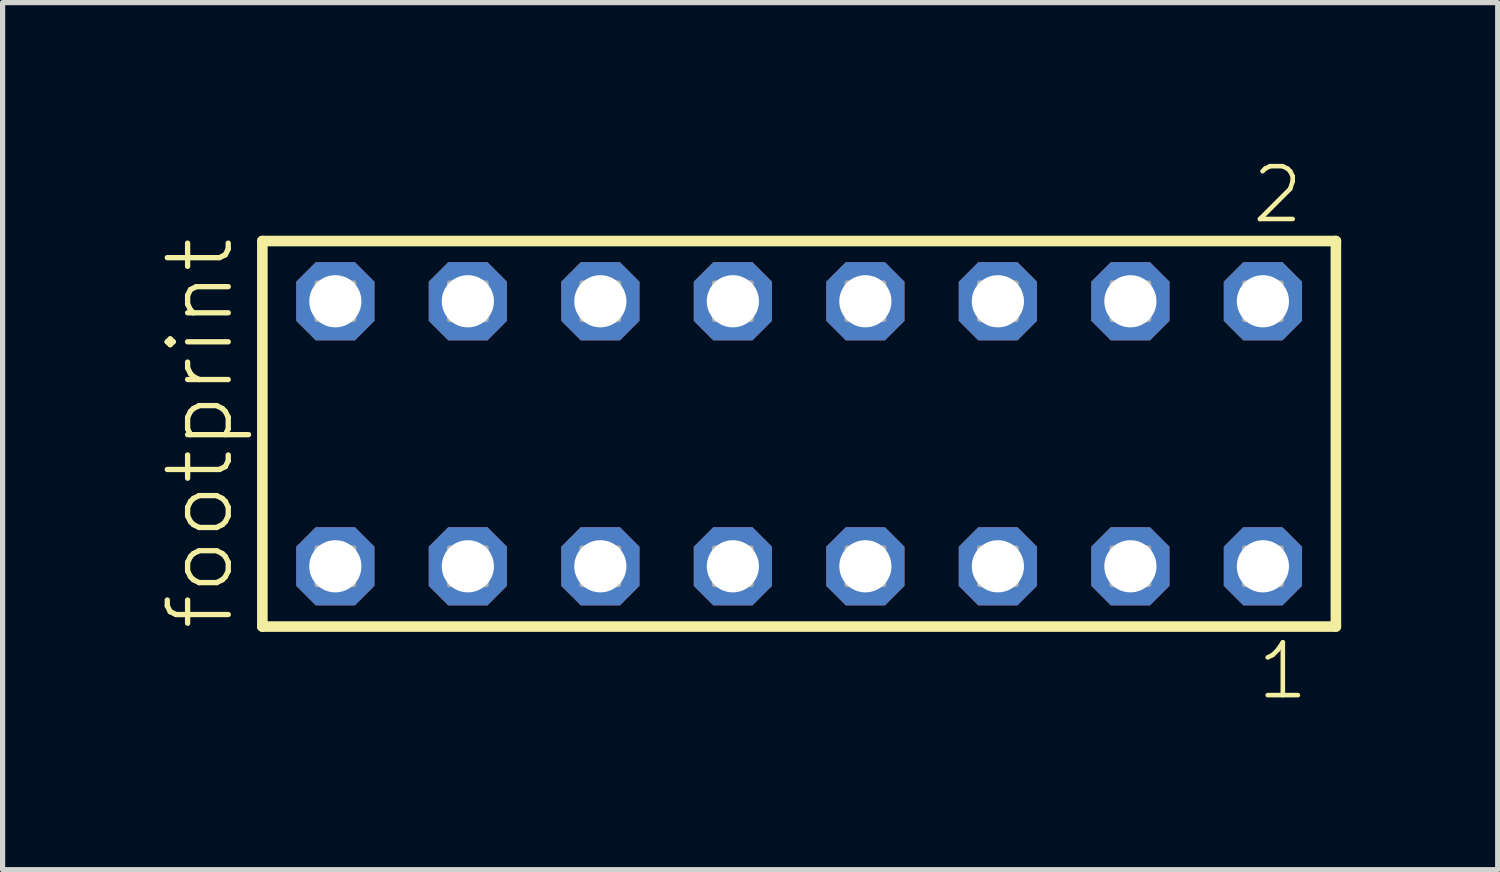
<source format=kicad_pcb>
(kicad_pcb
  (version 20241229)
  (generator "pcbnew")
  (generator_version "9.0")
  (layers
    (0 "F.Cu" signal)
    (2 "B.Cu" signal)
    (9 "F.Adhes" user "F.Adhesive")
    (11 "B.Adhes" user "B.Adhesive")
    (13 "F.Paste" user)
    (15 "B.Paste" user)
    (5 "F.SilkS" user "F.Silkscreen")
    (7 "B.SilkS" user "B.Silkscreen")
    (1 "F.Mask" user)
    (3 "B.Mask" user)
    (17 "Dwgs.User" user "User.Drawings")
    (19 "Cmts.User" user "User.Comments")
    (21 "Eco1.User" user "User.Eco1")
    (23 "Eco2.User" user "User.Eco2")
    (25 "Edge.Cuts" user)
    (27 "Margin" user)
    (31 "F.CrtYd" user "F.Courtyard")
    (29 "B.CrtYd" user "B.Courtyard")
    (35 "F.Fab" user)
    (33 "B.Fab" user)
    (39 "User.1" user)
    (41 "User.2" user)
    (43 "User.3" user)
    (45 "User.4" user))
  (footprint "footprint"
    (layer "F.Cu")
    (at 12.268 5.265)
    (property "Reference" "footprint" (at -10.795 3.81 90) (layer "F.SilkS") (effects (font (size 1.168 1.168) (thickness 0.102)) (justify left bottom)))
    (fp_line (start -10.289 -3.695) (end 10.289 -3.695) (stroke (width 0.203) (type solid)) (layer "F.SilkS"))
    (fp_line (start -10.289 3.695) (end -10.289 -3.695) (stroke (width 0.203) (type solid)) (layer "F.SilkS"))
    (fp_line (start 10.289 -3.695) (end 10.289 3.695) (stroke (width 0.203) (type solid)) (layer "F.SilkS"))
    (fp_line (start 10.289 3.695) (end -10.289 3.695) (stroke (width 0.203) (type solid)) (layer "F.SilkS"))
    (fp_poly (pts (xy -9.24 -2.19) (xy -8.54 -2.19) (xy -8.54 -2.89) (xy -9.24 -2.89)) (stroke (width 0.1) (type solid)) (fill no) (layer "F.Fab"))
    (fp_poly (pts (xy -9.24 2.89) (xy -8.54 2.89) (xy -8.54 2.19) (xy -9.24 2.19)) (stroke (width 0.1) (type solid)) (fill no) (layer "F.Fab"))
    (fp_poly (pts (xy -6.7 -2.19) (xy -6 -2.19) (xy -6 -2.89) (xy -6.7 -2.89)) (stroke (width 0.1) (type solid)) (fill no) (layer "F.Fab"))
    (fp_poly (pts (xy -6.7 2.89) (xy -6 2.89) (xy -6 2.19) (xy -6.7 2.19)) (stroke (width 0.1) (type solid)) (fill no) (layer "F.Fab"))
    (fp_poly (pts (xy -4.16 -2.19) (xy -3.46 -2.19) (xy -3.46 -2.89) (xy -4.16 -2.89)) (stroke (width 0.1) (type solid)) (fill no) (layer "F.Fab"))
    (fp_poly (pts (xy -4.16 2.89) (xy -3.46 2.89) (xy -3.46 2.19) (xy -4.16 2.19)) (stroke (width 0.1) (type solid)) (fill no) (layer "F.Fab"))
    (fp_poly (pts (xy -1.62 -2.19) (xy -0.92 -2.19) (xy -0.92 -2.89) (xy -1.62 -2.89)) (stroke (width 0.1) (type solid)) (fill no) (layer "F.Fab"))
    (fp_poly (pts (xy -1.62 2.89) (xy -0.92 2.89) (xy -0.92 2.19) (xy -1.62 2.19)) (stroke (width 0.1) (type solid)) (fill no) (layer "F.Fab"))
    (fp_poly (pts (xy 0.92 -2.19) (xy 1.62 -2.19) (xy 1.62 -2.89) (xy 0.92 -2.89)) (stroke (width 0.1) (type solid)) (fill no) (layer "F.Fab"))
    (fp_poly (pts (xy 0.92 2.89) (xy 1.62 2.89) (xy 1.62 2.19) (xy 0.92 2.19)) (stroke (width 0.1) (type solid)) (fill no) (layer "F.Fab"))
    (fp_poly (pts (xy 3.46 -2.19) (xy 4.16 -2.19) (xy 4.16 -2.89) (xy 3.46 -2.89)) (stroke (width 0.1) (type solid)) (fill no) (layer "F.Fab"))
    (fp_poly (pts (xy 3.46 2.89) (xy 4.16 2.89) (xy 4.16 2.19) (xy 3.46 2.19)) (stroke (width 0.1) (type solid)) (fill no) (layer "F.Fab"))
    (fp_poly (pts (xy 6 -2.19) (xy 6.7 -2.19) (xy 6.7 -2.89) (xy 6 -2.89)) (stroke (width 0.1) (type solid)) (fill no) (layer "F.Fab"))
    (fp_poly (pts (xy 6 2.89) (xy 6.7 2.89) (xy 6.7 2.19) (xy 6 2.19)) (stroke (width 0.1) (type solid)) (fill no) (layer "F.Fab"))
    (fp_poly (pts (xy 8.54 -2.19) (xy 9.24 -2.19) (xy 9.24 -2.89) (xy 8.54 -2.89)) (stroke (width 0.1) (type solid)) (fill no) (layer "F.Fab"))
    (fp_poly (pts (xy 8.54 2.89) (xy 9.24 2.89) (xy 9.24 2.19) (xy 8.54 2.19)) (stroke (width 0.1) (type solid)) (fill no) (layer "F.Fab"))
    (fp_text user "2" (at 8.632 -3.989 0) (layer "F.SilkS") (effects (font (size 1.012 1.012) (thickness 0.088)) (justify left bottom)))
    (fp_text user "1" (at 8.732 5.138 0) (layer "F.SilkS") (effects (font (size 1.012 1.012) (thickness 0.088)) (justify left bottom)))
    (pad "1" thru_hole roundrect (at 8.89 2.54 180) (size 1.5 1.5) (drill 1) (layers "*.Cu" "*.Mask") (roundrect_rratio 0.25) (chamfer_ratio 0.25) (chamfer top_left top_right bottom_left bottom_right))
    (pad "2" thru_hole roundrect (at 8.89 -2.54 180) (size 1.5 1.5) (drill 1) (layers "*.Cu" "*.Mask") (roundrect_rratio 0.25) (chamfer_ratio 0.25) (chamfer top_left top_right bottom_left bottom_right))
    (pad "3" thru_hole roundrect (at 6.35 2.54 180) (size 1.5 1.5) (drill 1) (layers "*.Cu" "*.Mask") (roundrect_rratio 0.25) (chamfer_ratio 0.25) (chamfer top_left top_right bottom_left bottom_right))
    (pad "4" thru_hole roundrect (at 6.35 -2.54 180) (size 1.5 1.5) (drill 1) (layers "*.Cu" "*.Mask") (roundrect_rratio 0.25) (chamfer_ratio 0.25) (chamfer top_left top_right bottom_left bottom_right))
    (pad "5" thru_hole roundrect (at 3.81 2.54 180) (size 1.5 1.5) (drill 1) (layers "*.Cu" "*.Mask") (roundrect_rratio 0.25) (chamfer_ratio 0.25) (chamfer top_left top_right bottom_left bottom_right))
    (pad "6" thru_hole roundrect (at 3.81 -2.54 180) (size 1.5 1.5) (drill 1) (layers "*.Cu" "*.Mask") (roundrect_rratio 0.25) (chamfer_ratio 0.25) (chamfer top_left top_right bottom_left bottom_right))
    (pad "7" thru_hole roundrect (at 1.27 2.54 180) (size 1.5 1.5) (drill 1) (layers "*.Cu" "*.Mask") (roundrect_rratio 0.25) (chamfer_ratio 0.25) (chamfer top_left top_right bottom_left bottom_right))
    (pad "8" thru_hole roundrect (at 1.27 -2.54 180) (size 1.5 1.5) (drill 1) (layers "*.Cu" "*.Mask") (roundrect_rratio 0.25) (chamfer_ratio 0.25) (chamfer top_left top_right bottom_left bottom_right))
    (pad "9" thru_hole roundrect (at -1.27 2.54 180) (size 1.5 1.5) (drill 1) (layers "*.Cu" "*.Mask") (roundrect_rratio 0.25) (chamfer_ratio 0.25) (chamfer top_left top_right bottom_left bottom_right))
    (pad "10" thru_hole roundrect (at -1.27 -2.54 180) (size 1.5 1.5) (drill 1) (layers "*.Cu" "*.Mask") (roundrect_rratio 0.25) (chamfer_ratio 0.25) (chamfer top_left top_right bottom_left bottom_right))
    (pad "11" thru_hole roundrect (at -3.81 2.54 180) (size 1.5 1.5) (drill 1) (layers "*.Cu" "*.Mask") (roundrect_rratio 0.25) (chamfer_ratio 0.25) (chamfer top_left top_right bottom_left bottom_right))
    (pad "12" thru_hole roundrect (at -3.81 -2.54 180) (size 1.5 1.5) (drill 1) (layers "*.Cu" "*.Mask") (roundrect_rratio 0.25) (chamfer_ratio 0.25) (chamfer top_left top_right bottom_left bottom_right))
    (pad "13" thru_hole roundrect (at -6.35 2.54 180) (size 1.5 1.5) (drill 1) (layers "*.Cu" "*.Mask") (roundrect_rratio 0.25) (chamfer_ratio 0.25) (chamfer top_left top_right bottom_left bottom_right))
    (pad "14" thru_hole roundrect (at -6.35 -2.54 180) (size 1.5 1.5) (drill 1) (layers "*.Cu" "*.Mask") (roundrect_rratio 0.25) (chamfer_ratio 0.25) (chamfer top_left top_right bottom_left bottom_right))
    (pad "15" thru_hole roundrect (at -8.89 2.54 180) (size 1.5 1.5) (drill 1) (layers "*.Cu" "*.Mask") (roundrect_rratio 0.25) (chamfer_ratio 0.25) (chamfer top_left top_right bottom_left bottom_right))
    (pad "16" thru_hole roundrect (at -8.89 -2.54 180) (size 1.5 1.5) (drill 1) (layers "*.Cu" "*.Mask") (roundrect_rratio 0.25) (chamfer_ratio 0.25) (chamfer top_left top_right bottom_left bottom_right)))
  (gr_rect
    (start -3 -3)
    (end 25.659 13.62)
    (stroke (width 0.1) (type default))
    (fill no)
    (layer "Edge.Cuts")))
</source>
